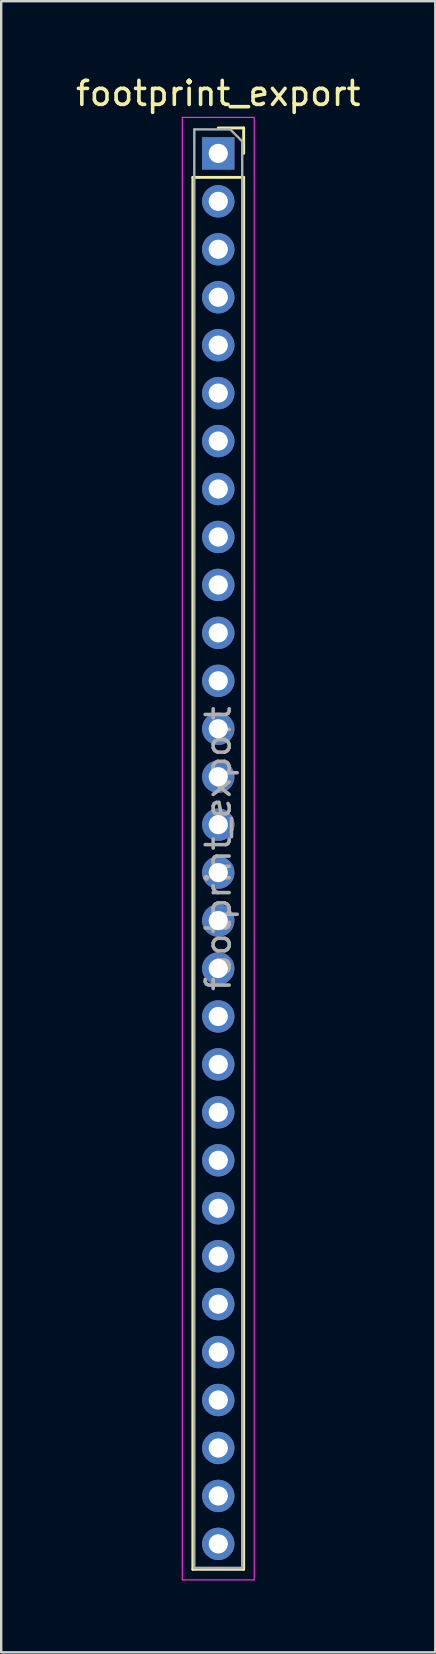
<source format=kicad_pcb>
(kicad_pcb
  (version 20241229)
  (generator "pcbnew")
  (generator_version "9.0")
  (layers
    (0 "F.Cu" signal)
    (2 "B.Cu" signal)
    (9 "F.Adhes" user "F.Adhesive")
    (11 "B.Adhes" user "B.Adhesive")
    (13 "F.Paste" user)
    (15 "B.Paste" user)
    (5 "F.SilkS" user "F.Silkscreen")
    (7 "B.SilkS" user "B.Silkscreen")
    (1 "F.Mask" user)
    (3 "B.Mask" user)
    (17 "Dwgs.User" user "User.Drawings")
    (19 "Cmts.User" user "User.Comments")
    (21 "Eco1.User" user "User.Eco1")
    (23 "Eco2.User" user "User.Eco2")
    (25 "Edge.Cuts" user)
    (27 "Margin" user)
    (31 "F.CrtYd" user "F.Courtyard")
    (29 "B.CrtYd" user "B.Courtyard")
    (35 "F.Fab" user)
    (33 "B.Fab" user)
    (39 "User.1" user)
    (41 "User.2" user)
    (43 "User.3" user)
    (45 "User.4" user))
  (footprint "footprint_export"
    (layer "F.Cu")
    (at 6.054 3.348)
    (property "Reference" "footprint_export" (at 0 -2.5 0) (layer "F.SilkS") (effects (font (size 1 1) (thickness 0.15))))
    (attr through_hole)
    (fp_line (start -1.06 1) (end -1.06 59.06) (stroke (width 0.12) (type solid)) (layer "F.SilkS"))
    (fp_line (start -1.06 1) (end 1.06 1) (stroke (width 0.12) (type solid)) (layer "F.SilkS"))
    (fp_line (start -1.06 59.06) (end 1.06 59.06) (stroke (width 0.12) (type solid)) (layer "F.SilkS"))
    (fp_line (start 0 -1.06) (end 1.06 -1.06) (stroke (width 0.12) (type solid)) (layer "F.SilkS"))
    (fp_line (start 1.06 -1.06) (end 1.06 0) (stroke (width 0.12) (type solid)) (layer "F.SilkS"))
    (fp_line (start 1.06 1) (end 1.06 59.06) (stroke (width 0.12) (type solid)) (layer "F.SilkS"))
    (fp_line (start -1.5 -1.5) (end 1.5 -1.5) (stroke (width 0.05) (type solid)) (layer "F.CrtYd"))
    (fp_line (start -1.5 59.5) (end -1.5 -1.5) (stroke (width 0.05) (type solid)) (layer "F.CrtYd"))
    (fp_line (start 1.5 -1.5) (end 1.5 59.5) (stroke (width 0.05) (type solid)) (layer "F.CrtYd"))
    (fp_line (start 1.5 59.5) (end -1.5 59.5) (stroke (width 0.05) (type solid)) (layer "F.CrtYd"))
    (fp_line (start -1 -1) (end 0.5 -1) (stroke (width 0.1) (type solid)) (layer "F.Fab"))
    (fp_line (start -1 59) (end -1 -1) (stroke (width 0.1) (type solid)) (layer "F.Fab"))
    (fp_line (start 0.5 -1) (end 1 -0.5) (stroke (width 0.1) (type solid)) (layer "F.Fab"))
    (fp_line (start 1 -0.5) (end 1 59) (stroke (width 0.1) (type solid)) (layer "F.Fab"))
    (fp_line (start 1 59) (end -1 59) (stroke (width 0.1) (type solid)) (layer "F.Fab"))
    (fp_text user "${REFERENCE}" (at 0 29 90) (layer "F.Fab") (effects (font (size 1 1) (thickness 0.15))))
    (pad "1" thru_hole rect (at 0 0) (size 1.35 1.35) (drill 0.8) (layers "*.Cu" "*.Mask"))
    (pad "2" thru_hole oval (at 0 2) (size 1.35 1.35) (drill 0.8) (layers "*.Cu" "*.Mask"))
    (pad "3" thru_hole oval (at 0 4) (size 1.35 1.35) (drill 0.8) (layers "*.Cu" "*.Mask"))
    (pad "4" thru_hole oval (at 0 6) (size 1.35 1.35) (drill 0.8) (layers "*.Cu" "*.Mask"))
    (pad "5" thru_hole oval (at 0 8) (size 1.35 1.35) (drill 0.8) (layers "*.Cu" "*.Mask"))
    (pad "6" thru_hole oval (at 0 10) (size 1.35 1.35) (drill 0.8) (layers "*.Cu" "*.Mask"))
    (pad "7" thru_hole oval (at 0 12) (size 1.35 1.35) (drill 0.8) (layers "*.Cu" "*.Mask"))
    (pad "8" thru_hole oval (at 0 14) (size 1.35 1.35) (drill 0.8) (layers "*.Cu" "*.Mask"))
    (pad "9" thru_hole oval (at 0 16) (size 1.35 1.35) (drill 0.8) (layers "*.Cu" "*.Mask"))
    (pad "10" thru_hole oval (at 0 18) (size 1.35 1.35) (drill 0.8) (layers "*.Cu" "*.Mask"))
    (pad "11" thru_hole oval (at 0 20) (size 1.35 1.35) (drill 0.8) (layers "*.Cu" "*.Mask"))
    (pad "12" thru_hole oval (at 0 22) (size 1.35 1.35) (drill 0.8) (layers "*.Cu" "*.Mask"))
    (pad "13" thru_hole oval (at 0 24) (size 1.35 1.35) (drill 0.8) (layers "*.Cu" "*.Mask"))
    (pad "14" thru_hole oval (at 0 26) (size 1.35 1.35) (drill 0.8) (layers "*.Cu" "*.Mask"))
    (pad "15" thru_hole oval (at 0 28) (size 1.35 1.35) (drill 0.8) (layers "*.Cu" "*.Mask"))
    (pad "16" thru_hole oval (at 0 30) (size 1.35 1.35) (drill 0.8) (layers "*.Cu" "*.Mask"))
    (pad "17" thru_hole oval (at 0 32) (size 1.35 1.35) (drill 0.8) (layers "*.Cu" "*.Mask"))
    (pad "18" thru_hole oval (at 0 34) (size 1.35 1.35) (drill 0.8) (layers "*.Cu" "*.Mask"))
    (pad "19" thru_hole oval (at 0 36) (size 1.35 1.35) (drill 0.8) (layers "*.Cu" "*.Mask"))
    (pad "20" thru_hole oval (at 0 38) (size 1.35 1.35) (drill 0.8) (layers "*.Cu" "*.Mask"))
    (pad "21" thru_hole oval (at 0 40) (size 1.35 1.35) (drill 0.8) (layers "*.Cu" "*.Mask"))
    (pad "22" thru_hole oval (at 0 42) (size 1.35 1.35) (drill 0.8) (layers "*.Cu" "*.Mask"))
    (pad "23" thru_hole oval (at 0 44) (size 1.35 1.35) (drill 0.8) (layers "*.Cu" "*.Mask"))
    (pad "24" thru_hole oval (at 0 46) (size 1.35 1.35) (drill 0.8) (layers "*.Cu" "*.Mask"))
    (pad "25" thru_hole oval (at 0 48) (size 1.35 1.35) (drill 0.8) (layers "*.Cu" "*.Mask"))
    (pad "26" thru_hole oval (at 0 50) (size 1.35 1.35) (drill 0.8) (layers "*.Cu" "*.Mask"))
    (pad "27" thru_hole oval (at 0 52) (size 1.35 1.35) (drill 0.8) (layers "*.Cu" "*.Mask"))
    (pad "28" thru_hole oval (at 0 54) (size 1.35 1.35) (drill 0.8) (layers "*.Cu" "*.Mask"))
    (pad "29" thru_hole oval (at 0 56) (size 1.35 1.35) (drill 0.8) (layers "*.Cu" "*.Mask"))
    (pad "30" thru_hole oval (at 0 58) (size 1.35 1.35) (drill 0.8) (layers "*.Cu" "*.Mask")))
  (gr_rect
    (start -3 -3)
    (end 15.107 65.873)
    (stroke (width 0.1) (type default))
    (fill no)
    (layer "Edge.Cuts")))
</source>
